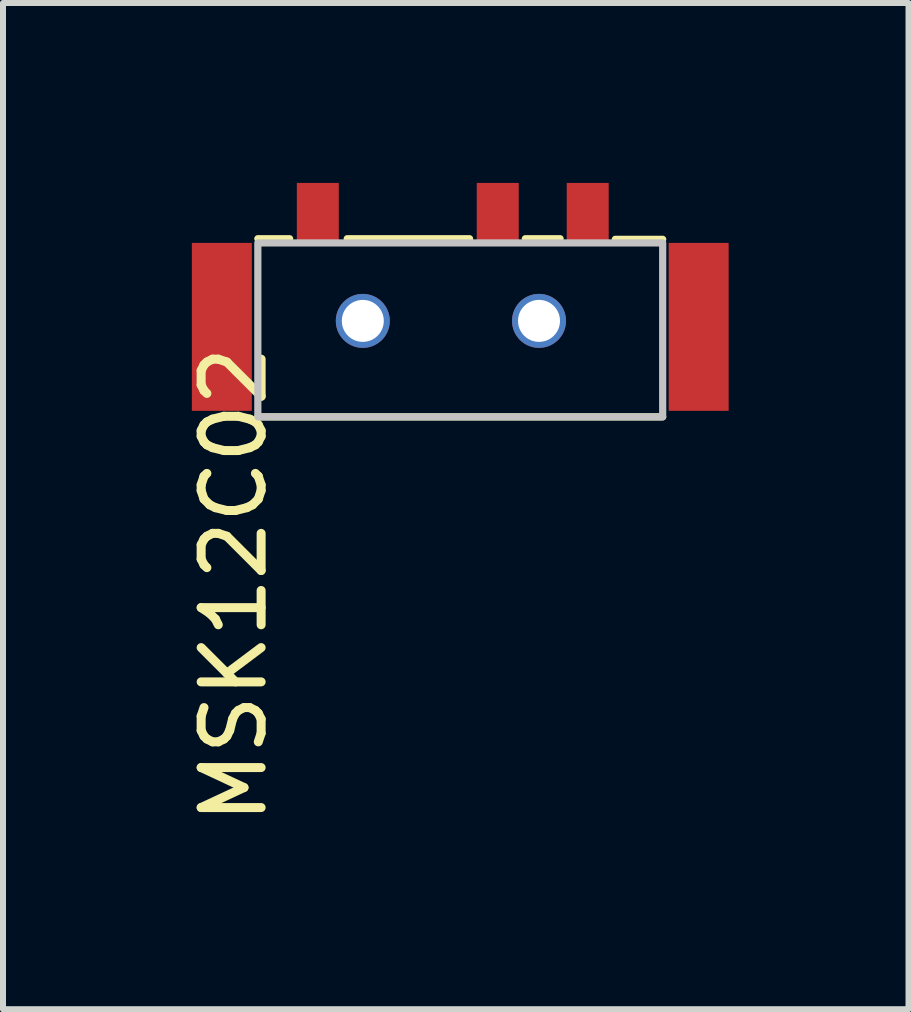
<source format=kicad_pcb>
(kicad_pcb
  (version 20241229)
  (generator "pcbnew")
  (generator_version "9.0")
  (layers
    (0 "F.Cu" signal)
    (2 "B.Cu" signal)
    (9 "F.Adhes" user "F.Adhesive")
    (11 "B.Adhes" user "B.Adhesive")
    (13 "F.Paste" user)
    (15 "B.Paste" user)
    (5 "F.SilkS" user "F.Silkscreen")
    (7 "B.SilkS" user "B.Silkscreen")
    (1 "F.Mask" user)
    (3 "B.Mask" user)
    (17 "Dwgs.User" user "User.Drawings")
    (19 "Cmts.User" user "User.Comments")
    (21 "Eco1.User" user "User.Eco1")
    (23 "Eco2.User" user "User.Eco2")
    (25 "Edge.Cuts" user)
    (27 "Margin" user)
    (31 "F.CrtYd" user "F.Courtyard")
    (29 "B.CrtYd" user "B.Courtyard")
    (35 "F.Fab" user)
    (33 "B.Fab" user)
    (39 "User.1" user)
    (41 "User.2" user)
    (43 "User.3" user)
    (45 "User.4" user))
  (footprint "MSK12C02"
    (layer "F.Cu")
    (at 4.468 2.3)
    (property "Reference" "MSK12C02" (at -3.619 4.4 90) (layer "F.SilkS") (effects (font (size 1 1) (thickness 0.15))))
    (attr through_hole)
    (fp_line (start -2.689 -1.37) (end -3.219 -1.37) (stroke (width 0.12) (type solid)) (layer "F.SilkS"))
    (fp_line (start -1.729 -1.37) (end 0.311 -1.37) (stroke (width 0.12) (type solid)) (layer "F.SilkS"))
    (fp_line (start 1.241 -1.37) (end 1.821 -1.37) (stroke (width 0.12) (type solid)) (layer "F.SilkS"))
    (fp_line (start 2.741 -1.36) (end 3.531 -1.36) (stroke (width 0.12) (type solid)) (layer "F.SilkS"))
    (fp_line (start 3.531 1.6) (end -3.219 1.6) (stroke (width 0.12) (type solid)) (layer "F.SilkS"))
    (fp_rect (start -3.219 -1.3) (end 3.531 1.6) (stroke (width 0.12) (type solid)) (fill no) (layer "Dwgs.User"))
    (pad "" smd rect (at -3.819 0.1 90) (size 2.8 1) (layers "F.Cu" "F.Mask" "F.Paste"))
    (pad "" np_thru_hole circle (at -1.469 0.0002 90) (size 0.9 0.9) (drill 0.7) (layers "*.Cu" "*.Mask"))
    (pad "" np_thru_hole circle (at 1.469 0 90) (size 0.9 0.9) (drill 0.7) (layers "*.Cu" "*.Mask"))
    (pad "" smd rect (at 4.131 0.1 90) (size 2.8 1) (layers "F.Cu" "F.Mask" "F.Paste"))
    (pad "1" smd rect (at -2.219 -1.8 180) (size 0.7 1) (layers "F.Cu" "F.Mask" "F.Paste"))
    (pad "2" smd rect (at 0.781 -1.8 180) (size 0.7 1) (layers "F.Cu" "F.Mask" "F.Paste"))
    (pad "3" smd rect (at 2.281 -1.8 180) (size 0.7 1) (layers "F.Cu" "F.Mask" "F.Paste")))
  (gr_rect
    (start -3 -3)
    (end 12.098 13.777)
    (stroke (width 0.1) (type default))
    (fill no)
    (layer "Edge.Cuts")))
</source>
